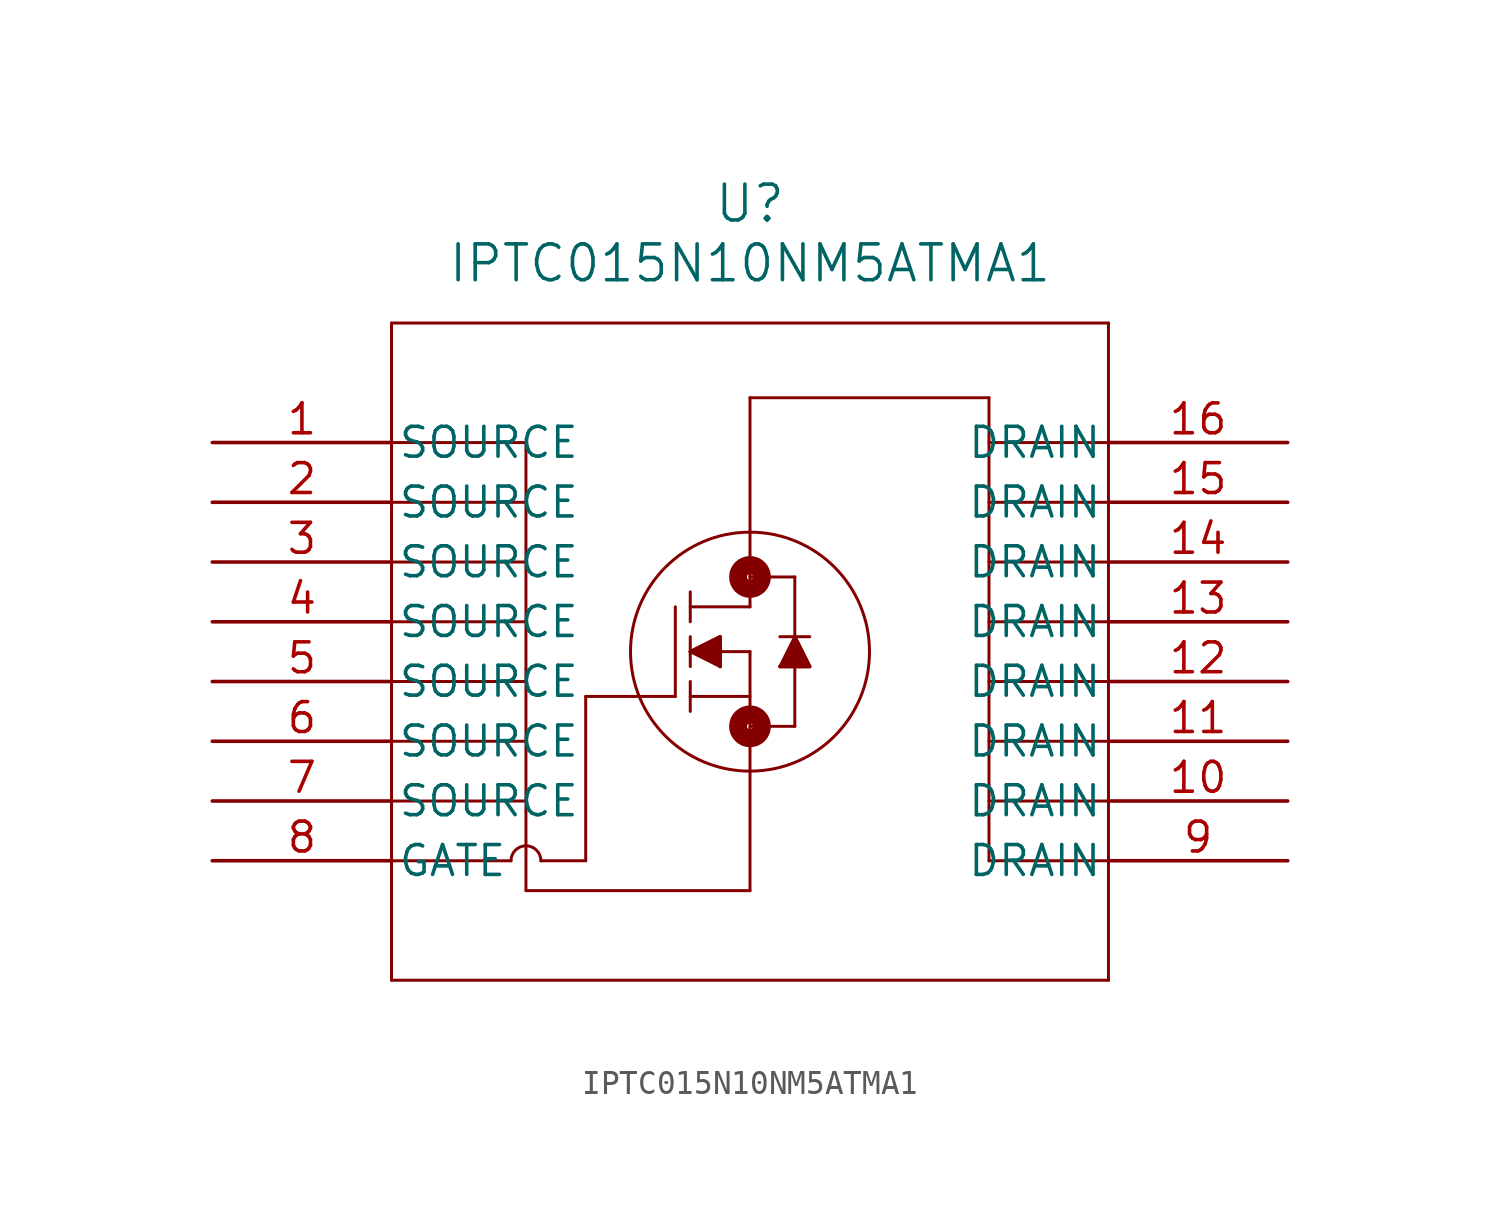
<source format=kicad_sym>
(kicad_symbol_lib
  (version 20211014)
  (generator kicad_symbol_editor)
  (symbol "IPTC015N10NM5ATMA1"
    (pin_names
      (offset 0.254))
    (property "Reference" "U"
      (at 22.86 10.16 0)
      (effects (font (size 1.524 1.524))))
    (property "Value" "IPTC015N10NM5ATMA1"
      (at 22.86 7.62 0)
      (effects (font (size 1.524 1.524))))
    (symbol "IPTC015N10NM5ATMA1_0_1"
      (polyline (pts (xy 7.62 5.08) (xy 7.62 -22.86)) (stroke (width 0.127) (type default) (color 0 0 0 0)) (fill (type none)))
      (polyline (pts (xy 7.62 -22.86) (xy 38.1 -22.86)) (stroke (width 0.127) (type default) (color 0 0 0 0)) (fill (type none)))
      (polyline (pts (xy 38.1 -22.86) (xy 38.1 5.08)) (stroke (width 0.127) (type default) (color 0 0 0 0)) (fill (type none)))
      (polyline (pts (xy 38.1 5.08) (xy 7.62 5.08)) (stroke (width 0.127) (type default) (color 0 0 0 0)) (fill (type none)))
      (polyline (pts (xy 22.86 -8.89) (xy 20.32 -8.89)) (stroke (width 0.127) (type default) (color 0 0 0 0)) (fill (type none)))
      (polyline (pts (xy 20.32 -8.255) (xy 20.32 -9.525)) (stroke (width 0.127) (type default) (color 0 0 0 0)) (fill (type none)))
      (polyline (pts (xy 20.32 -7.62) (xy 20.32 -6.35)) (stroke (width 0.127) (type default) (color 0 0 0 0)) (fill (type none)))
      (polyline (pts (xy 20.32 -10.16) (xy 20.32 -11.43)) (stroke (width 0.127) (type default) (color 0 0 0 0)) (fill (type none)))
      (polyline (pts (xy 20.32 -10.795) (xy 22.86 -10.795)) (stroke (width 0.127) (type default) (color 0 0 0 0)) (fill (type none)))
      (polyline (pts (xy 20.32 -6.985) (xy 22.86 -6.985)) (stroke (width 0.127) (type default) (color 0 0 0 0)) (fill (type none)))
      (polyline (pts (xy 22.86 -6.985) (xy 22.86 1.905)) (stroke (width 0.127) (type default) (color 0 0 0 0)) (fill (type none)))
      (polyline (pts (xy 22.86 -5.715) (xy 24.765 -5.715)) (stroke (width 0.127) (type default) (color 0 0 0 0)) (fill (type none)))
      (polyline (pts (xy 22.86 -8.89) (xy 22.86 -19.05)) (stroke (width 0.127) (type default) (color 0 0 0 0)) (fill (type none)))
      (polyline (pts (xy 22.86 -12.065) (xy 24.765 -12.065)) (stroke (width 0.127) (type default) (color 0 0 0 0)) (fill (type none)))
      (polyline (pts (xy 24.765 -12.065) (xy 24.765 -5.715)) (stroke (width 0.127) (type default) (color 0 0 0 0)) (fill (type none)))
      (polyline (pts (xy 24.13 -8.255) (xy 25.4 -8.255)) (stroke (width 0.127) (type default) (color 0 0 0 0)) (fill (type none)))
      (polyline (pts (xy 24.765 -8.255) (xy 24.13 -9.525)) (stroke (width 0.127) (type default) (color 0 0 0 0)) (fill (type none)))
      (polyline (pts (xy 24.13 -9.525) (xy 25.4 -9.525)) (stroke (width 0.127) (type default) (color 0 0 0 0)) (fill (type none)))
      (polyline (pts (xy 25.4 -9.525) (xy 24.765 -8.255)) (stroke (width 0.127) (type default) (color 0 0 0 0)) (fill (type none)))
      (polyline (pts (xy 20.32 -8.89) (xy 21.59 -8.255)) (stroke (width 0.127) (type default) (color 0 0 0 0)) (fill (type none)))
      (polyline (pts (xy 20.32 -8.89) (xy 21.59 -9.525)) (stroke (width 0.127) (type default) (color 0 0 0 0)) (fill (type none)))
      (polyline (pts (xy 21.59 -8.255) (xy 21.59 -9.525)) (stroke (width 0.127) (type default) (color 0 0 0 0)) (fill (type none)))
      (polyline (pts (xy 20.32 -8.89) (xy 21.59 -8.255) (xy 21.59 -9.525)) (stroke (width 0) (type default) (color 0 0 0 0)) (fill (type outline)))
      (polyline (pts (xy 24.13 -9.525) (xy 25.4 -9.525) (xy 24.765 -8.255)) (stroke (width 0) (type default) (color 0 0 0 0)) (fill (type outline)))
      (circle (center 22.86 -8.89) (radius 5.08) (stroke (width 0.127) (type default) (color 0 0 0 0)) (fill (type none)))
      (polyline (pts (xy 19.685 -6.985) (xy 19.685 -10.795)) (stroke (width 0.127) (type default) (color 0 0 0 0)) (fill (type none)))
      (polyline (pts (xy 19.685 -10.795) (xy 15.875 -10.795)) (stroke (width 0.127) (type default) (color 0 0 0 0)) (fill (type none)))
      (polyline (pts (xy 7.62 0) (xy 13.335 0)) (stroke (width 0.127) (type default) (color 0 0 0 0)) (fill (type none)))
      (polyline (pts (xy 7.62 -2.54) (xy 13.335 -2.54)) (stroke (width 0.127) (type default) (color 0 0 0 0)) (fill (type none)))
      (polyline (pts (xy 7.62 -5.08) (xy 13.335 -5.08)) (stroke (width 0.127) (type default) (color 0 0 0 0)) (fill (type none)))
      (polyline (pts (xy 7.62 -7.62) (xy 13.335 -7.62)) (stroke (width 0.127) (type default) (color 0 0 0 0)) (fill (type none)))
      (polyline (pts (xy 7.62 -10.16) (xy 13.335 -10.16)) (stroke (width 0.127) (type default) (color 0 0 0 0)) (fill (type none)))
      (polyline (pts (xy 7.62 -12.7) (xy 13.335 -12.7)) (stroke (width 0.127) (type default) (color 0 0 0 0)) (fill (type none)))
      (polyline (pts (xy 7.62 -15.24) (xy 13.335 -15.24)) (stroke (width 0.127) (type default) (color 0 0 0 0)) (fill (type none)))
      (polyline (pts (xy 38.1 -17.78) (xy 33.02 -17.78)) (stroke (width 0.127) (type default) (color 0 0 0 0)) (fill (type none)))
      (polyline (pts (xy 38.1 -15.24) (xy 33.02 -15.24)) (stroke (width 0.127) (type default) (color 0 0 0 0)) (fill (type none)))
      (polyline (pts (xy 38.1 -12.7) (xy 33.02 -12.7)) (stroke (width 0.127) (type default) (color 0 0 0 0)) (fill (type none)))
      (polyline (pts (xy 38.1 -10.16) (xy 33.02 -10.16)) (stroke (width 0.127) (type default) (color 0 0 0 0)) (fill (type none)))
      (polyline (pts (xy 38.1 -7.62) (xy 33.02 -7.62)) (stroke (width 0.127) (type default) (color 0 0 0 0)) (fill (type none)))
      (polyline (pts (xy 38.1 -5.08) (xy 33.02 -5.08)) (stroke (width 0.127) (type default) (color 0 0 0 0)) (fill (type none)))
      (polyline (pts (xy 38.1 -2.54) (xy 33.02 -2.54)) (stroke (width 0.127) (type default) (color 0 0 0 0)) (fill (type none)))
      (polyline (pts (xy 38.1 0) (xy 33.02 0)) (stroke (width 0.127) (type default) (color 0 0 0 0)) (fill (type none)))
      (polyline (pts (xy 33.02 -17.78) (xy 33.02 1.905)) (stroke (width 0.127) (type default) (color 0 0 0 0)) (fill (type none)))
      (polyline (pts (xy 33.02 1.905) (xy 22.86 1.905)) (stroke (width 0.127) (type default) (color 0 0 0 0)) (fill (type none)))
      (polyline (pts (xy 13.335 0) (xy 13.335 -19.05)) (stroke (width 0.127) (type default) (color 0 0 0 0)) (fill (type none)))
      (polyline (pts (xy 13.335 -19.05) (xy 22.86 -19.05)) (stroke (width 0.127) (type default) (color 0 0 0 0)) (fill (type none)))
      (polyline (pts (xy 7.62 -17.78) (xy 12.7 -17.78)) (stroke (width 0.127) (type default) (color 0 0 0 0)) (fill (type none)))
      (polyline (pts (xy 13.97 -17.78) (xy 15.875 -17.78)) (stroke (width 0.127) (type default) (color 0 0 0 0)) (fill (type none)))
      (polyline (pts (xy 15.875 -17.78) (xy 15.875 -10.795)) (stroke (width 0.127) (type default) (color 0 0 0 0)) (fill (type none)))
      (arc (start 13.97 -17.78) (mid 13.335 -17.145) (end 12.7 -17.78) (stroke (width 0.127) (type default) (color 0 0 0 0)) (fill (type none)))
      (circle (center 22.86 -5.715) (radius 0.127) (stroke (width 0.762) (type default) (color 0 0 0 0)) (fill (type none)))
      (circle (center 22.86 -12.065) (radius 0.127) (stroke (width 0.762) (type default) (color 0 0 0 0)) (fill (type none)))
      (pin unspecified line (at 0 0 0) (length 7.62) (name "SOURCE" (effects (font (size 1.27 1.27)))) (number "1" (effects (font (size 1.27 1.27)))))
      (pin unspecified line (at 0 -2.54 0) (length 7.62) (name "SOURCE" (effects (font (size 1.27 1.27)))) (number "2" (effects (font (size 1.27 1.27)))))
      (pin unspecified line (at 0 -5.08 0) (length 7.62) (name "SOURCE" (effects (font (size 1.27 1.27)))) (number "3" (effects (font (size 1.27 1.27)))))
      (pin unspecified line (at 0 -7.62 0) (length 7.62) (name "SOURCE" (effects (font (size 1.27 1.27)))) (number "4" (effects (font (size 1.27 1.27)))))
      (pin unspecified line (at 0 -10.16 0) (length 7.62) (name "SOURCE" (effects (font (size 1.27 1.27)))) (number "5" (effects (font (size 1.27 1.27)))))
      (pin unspecified line (at 0 -12.7 0) (length 7.62) (name "SOURCE" (effects (font (size 1.27 1.27)))) (number "6" (effects (font (size 1.27 1.27)))))
      (pin unspecified line (at 0 -15.24 0) (length 7.62) (name "SOURCE" (effects (font (size 1.27 1.27)))) (number "7" (effects (font (size 1.27 1.27)))))
      (pin unspecified line (at 0 -17.78 0) (length 7.62) (name "GATE" (effects (font (size 1.27 1.27)))) (number "8" (effects (font (size 1.27 1.27)))))
      (pin unspecified line (at 45.72 -17.78 180) (length 7.62) (name "DRAIN" (effects (font (size 1.27 1.27)))) (number "9" (effects (font (size 1.27 1.27)))))
      (pin unspecified line (at 45.72 -15.24 180) (length 7.62) (name "DRAIN" (effects (font (size 1.27 1.27)))) (number "10" (effects (font (size 1.27 1.27)))))
      (pin unspecified line (at 45.72 -12.7 180) (length 7.62) (name "DRAIN" (effects (font (size 1.27 1.27)))) (number "11" (effects (font (size 1.27 1.27)))))
      (pin unspecified line (at 45.72 -10.16 180) (length 7.62) (name "DRAIN" (effects (font (size 1.27 1.27)))) (number "12" (effects (font (size 1.27 1.27)))))
      (pin unspecified line (at 45.72 -7.62 180) (length 7.62) (name "DRAIN" (effects (font (size 1.27 1.27)))) (number "13" (effects (font (size 1.27 1.27)))))
      (pin unspecified line (at 45.72 -5.08 180) (length 7.62) (name "DRAIN" (effects (font (size 1.27 1.27)))) (number "14" (effects (font (size 1.27 1.27)))))
      (pin unspecified line (at 45.72 -2.54 180) (length 7.62) (name "DRAIN" (effects (font (size 1.27 1.27)))) (number "15" (effects (font (size 1.27 1.27)))))
      (pin unspecified line (at 45.72 0 180) (length 7.62) (name "DRAIN" (effects (font (size 1.27 1.27)))) (number "16" (effects (font (size 1.27 1.27))))))))
</source>
